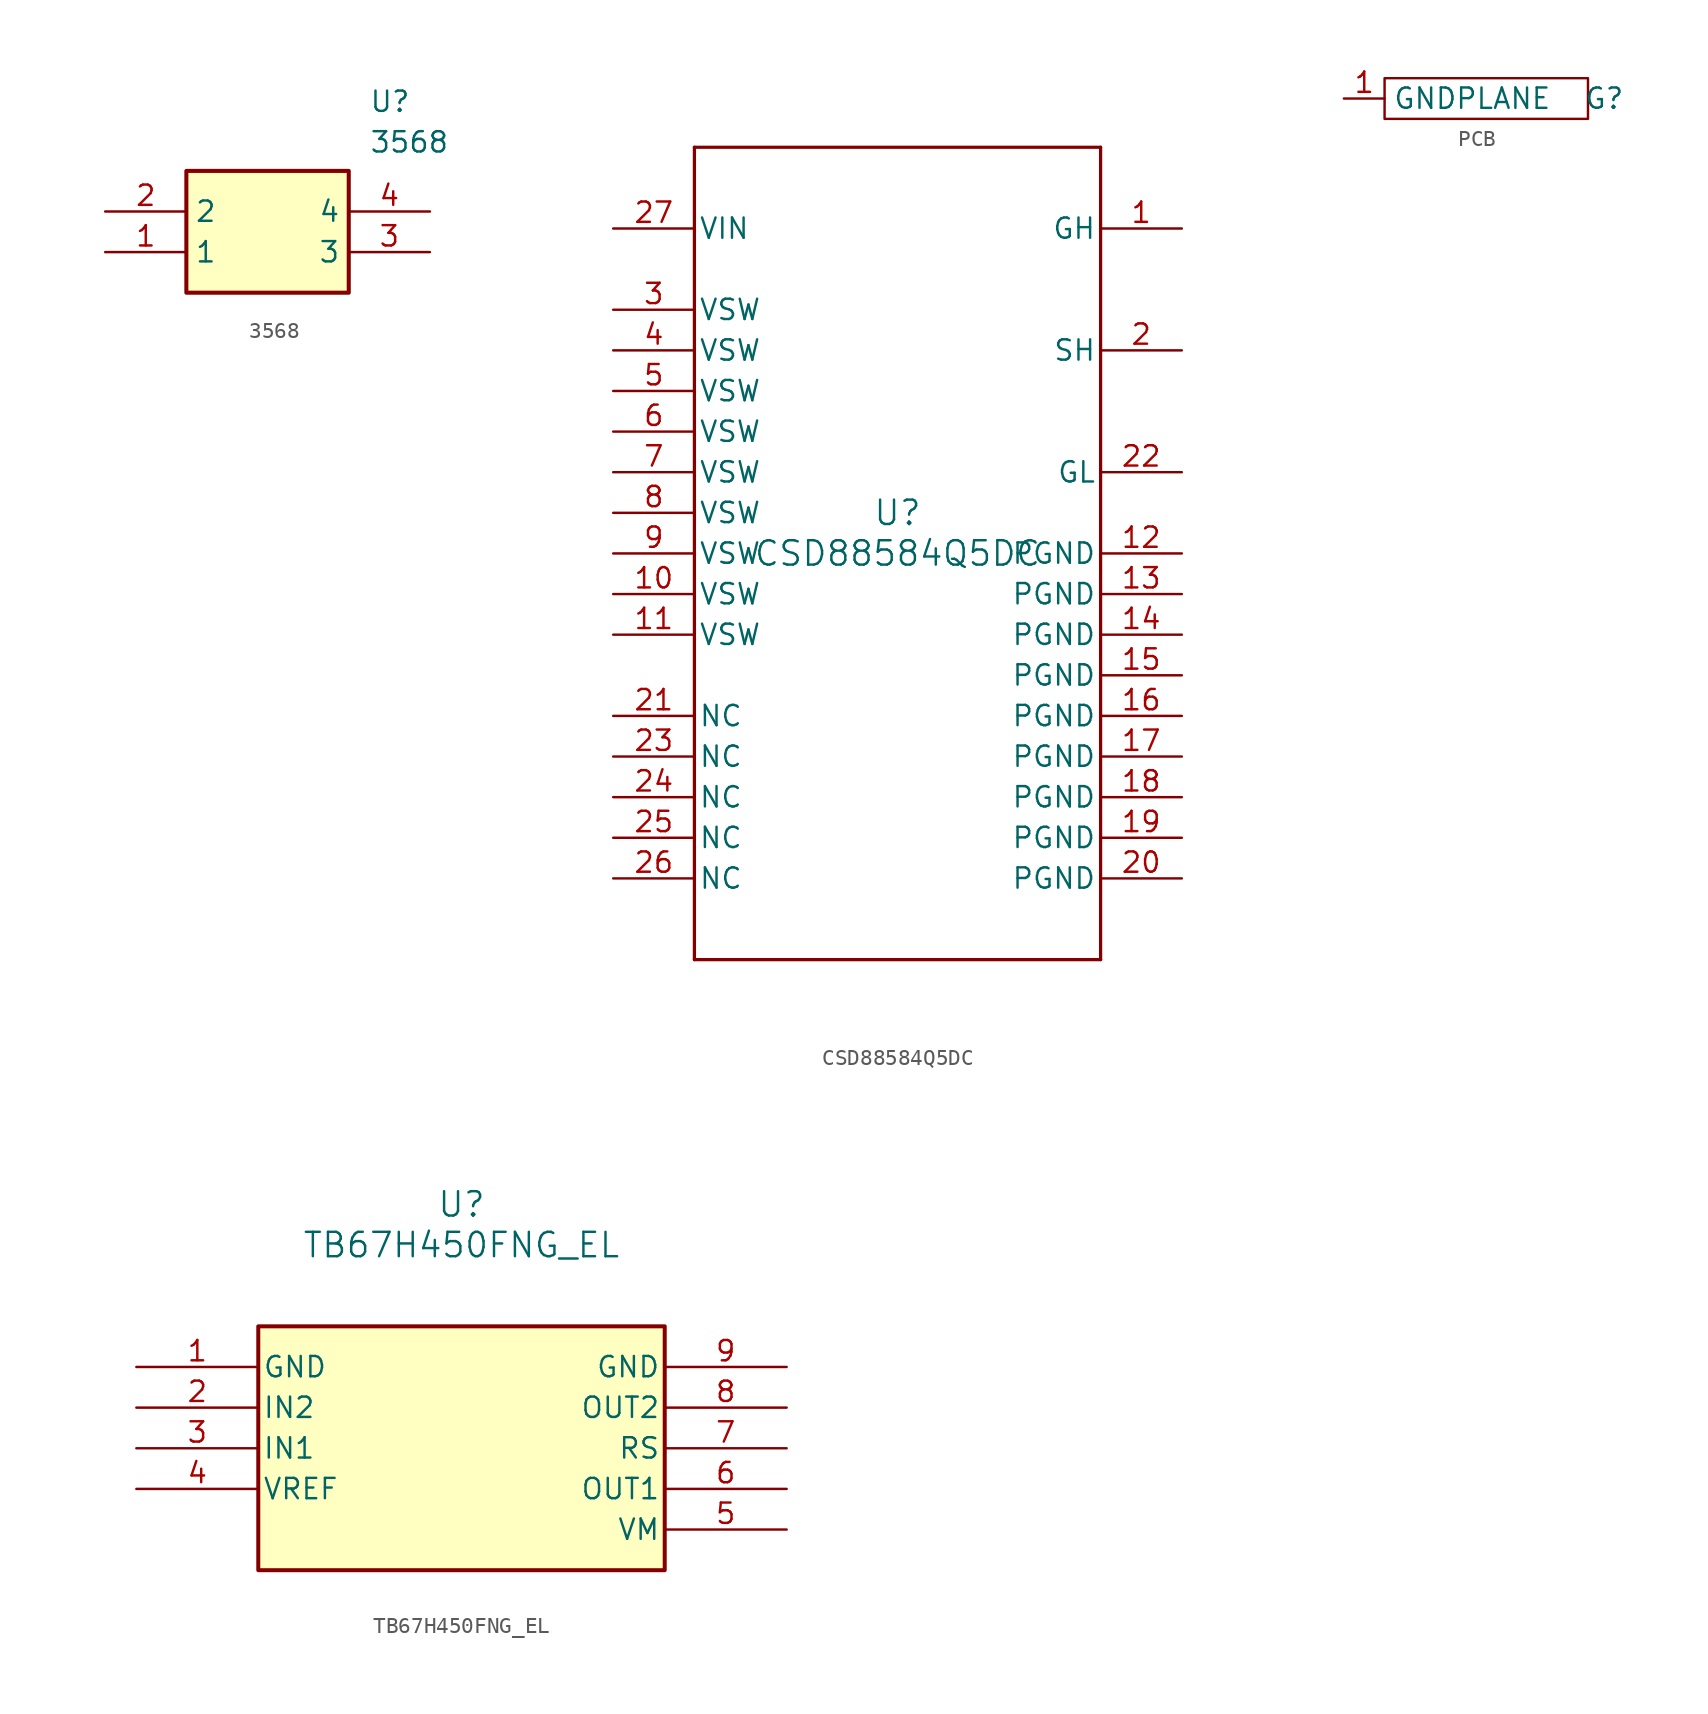
<source format=kicad_sym>
(kicad_symbol_lib
  (version 20231120)
  (generator "kicad_symbol_editor")
  (generator_version "8.0")
  (symbol "3568"
    (property "Reference" "U"
      (at 16.51 7.62 0)
      (effects (font (size 1.27 1.27)) (justify left top)))
    (property "Value" "3568"
      (at 16.51 5.08 0)
      (effects (font (size 1.27 1.27)) (justify left top)))
    (symbol "3568_1_1"
      (rectangle (start 5.08 2.54) (end 15.24 -5.08) (stroke (width 0.254) (type default)) (fill (type background)))
      (pin passive line (at 0 -2.54 0) (length 5.08) (name "1" (effects (font (size 1.27 1.27)))) (number "1" (effects (font (size 1.27 1.27)))))
      (pin passive line (at 0 0 0) (length 5.08) (name "2" (effects (font (size 1.27 1.27)))) (number "2" (effects (font (size 1.27 1.27)))))
      (pin passive line (at 20.32 -2.54 180) (length 5.08) (name "3" (effects (font (size 1.27 1.27)))) (number "3" (effects (font (size 1.27 1.27)))))
      (pin passive line (at 20.32 0 180) (length 5.08) (name "4" (effects (font (size 1.27 1.27)))) (number "4" (effects (font (size 1.27 1.27)))))))
  (symbol "CSD88584Q5DC"
    (pin_names
      (offset 0.254))
    (property "Reference" "U"
      (at 0 2.54 0)
      (effects (font (size 1.524 1.524))))
    (property "Value" "CSD88584Q5DC"
      (at 0 0 0)
      (effects (font (size 1.524 1.524))))
    (property "ki_locked" ""
      (at 0 0 0)
      (effects (font (size 1.27 1.27))))
    (symbol "CSD88584Q5DC_0_1"
      (polyline (pts (xy -12.7 -25.4) (xy 12.7 -25.4)) (stroke (width 0.203) (type default)) (fill (type none)))
      (polyline (pts (xy -12.7 25.4) (xy -12.7 -25.4)) (stroke (width 0.203) (type default)) (fill (type none)))
      (polyline (pts (xy 12.7 -25.4) (xy 12.7 25.4)) (stroke (width 0.203) (type default)) (fill (type none)))
      (polyline (pts (xy 12.7 25.4) (xy -12.7 25.4)) (stroke (width 0.203) (type default)) (fill (type none)))
      (pin unspecified line (at 17.78 20.32 180) (length 5.08) (name "GH" (effects (font (size 1.27 1.27)))) (number "1" (effects (font (size 1.27 1.27)))))
      (pin unspecified line (at -17.78 -2.54 0) (length 5.08) (name "VSW" (effects (font (size 1.27 1.27)))) (number "10" (effects (font (size 1.27 1.27)))))
      (pin unspecified line (at -17.78 -5.08 0) (length 5.08) (name "VSW" (effects (font (size 1.27 1.27)))) (number "11" (effects (font (size 1.27 1.27)))))
      (pin power_in line (at 17.78 0 180) (length 5.08) (name "PGND" (effects (font (size 1.27 1.27)))) (number "12" (effects (font (size 1.27 1.27)))))
      (pin power_in line (at 17.78 -2.54 180) (length 5.08) (name "PGND" (effects (font (size 1.27 1.27)))) (number "13" (effects (font (size 1.27 1.27)))))
      (pin power_in line (at 17.78 -5.08 180) (length 5.08) (name "PGND" (effects (font (size 1.27 1.27)))) (number "14" (effects (font (size 1.27 1.27)))))
      (pin power_in line (at 17.78 -7.62 180) (length 5.08) (name "PGND" (effects (font (size 1.27 1.27)))) (number "15" (effects (font (size 1.27 1.27)))))
      (pin power_in line (at 17.78 -10.16 180) (length 5.08) (name "PGND" (effects (font (size 1.27 1.27)))) (number "16" (effects (font (size 1.27 1.27)))))
      (pin power_in line (at 17.78 -12.7 180) (length 5.08) (name "PGND" (effects (font (size 1.27 1.27)))) (number "17" (effects (font (size 1.27 1.27)))))
      (pin power_in line (at 17.78 -15.24 180) (length 5.08) (name "PGND" (effects (font (size 1.27 1.27)))) (number "18" (effects (font (size 1.27 1.27)))))
      (pin power_in line (at 17.78 -17.78 180) (length 5.08) (name "PGND" (effects (font (size 1.27 1.27)))) (number "19" (effects (font (size 1.27 1.27)))))
      (pin unspecified line (at 17.78 12.7 180) (length 5.08) (name "SH" (effects (font (size 1.27 1.27)))) (number "2" (effects (font (size 1.27 1.27)))))
      (pin power_in line (at 17.78 -20.32 180) (length 5.08) (name "PGND" (effects (font (size 1.27 1.27)))) (number "20" (effects (font (size 1.27 1.27)))))
      (pin unspecified line (at -17.78 -10.16 0) (length 5.08) (name "NC" (effects (font (size 1.27 1.27)))) (number "21" (effects (font (size 1.27 1.27)))))
      (pin unspecified line (at 17.78 5.08 180) (length 5.08) (name "GL" (effects (font (size 1.27 1.27)))) (number "22" (effects (font (size 1.27 1.27)))))
      (pin unspecified line (at -17.78 -12.7 0) (length 5.08) (name "NC" (effects (font (size 1.27 1.27)))) (number "23" (effects (font (size 1.27 1.27)))))
      (pin unspecified line (at -17.78 -15.24 0) (length 5.08) (name "NC" (effects (font (size 1.27 1.27)))) (number "24" (effects (font (size 1.27 1.27)))))
      (pin unspecified line (at -17.78 -17.78 0) (length 5.08) (name "NC" (effects (font (size 1.27 1.27)))) (number "25" (effects (font (size 1.27 1.27)))))
      (pin unspecified line (at -17.78 -20.32 0) (length 5.08) (name "NC" (effects (font (size 1.27 1.27)))) (number "26" (effects (font (size 1.27 1.27)))))
      (pin power_in line (at -17.78 20.32 0) (length 5.08) (name "VIN" (effects (font (size 1.27 1.27)))) (number "27" (effects (font (size 1.27 1.27)))))
      (pin unspecified line (at -17.78 15.24 0) (length 5.08) (name "VSW" (effects (font (size 1.27 1.27)))) (number "3" (effects (font (size 1.27 1.27)))))
      (pin unspecified line (at -17.78 12.7 0) (length 5.08) (name "VSW" (effects (font (size 1.27 1.27)))) (number "4" (effects (font (size 1.27 1.27)))))
      (pin unspecified line (at -17.78 10.16 0) (length 5.08) (name "VSW" (effects (font (size 1.27 1.27)))) (number "5" (effects (font (size 1.27 1.27)))))
      (pin unspecified line (at -17.78 7.62 0) (length 5.08) (name "VSW" (effects (font (size 1.27 1.27)))) (number "6" (effects (font (size 1.27 1.27)))))
      (pin unspecified line (at -17.78 5.08 0) (length 5.08) (name "VSW" (effects (font (size 1.27 1.27)))) (number "7" (effects (font (size 1.27 1.27)))))
      (pin unspecified line (at -17.78 2.54 0) (length 5.08) (name "VSW" (effects (font (size 1.27 1.27)))) (number "8" (effects (font (size 1.27 1.27)))))
      (pin unspecified line (at -17.78 0 0) (length 5.08) (name "VSW" (effects (font (size 1.27 1.27)))) (number "9" (effects (font (size 1.27 1.27)))))))
  (symbol "PCB"
    (property "Reference" "G"
      (at 7.366 0 0)
      (effects (font (size 1.27 1.27))))
    (property "Value" ""
      (at 0 0 0)
      (effects (font (size 1.27 1.27))))
    (symbol "PCB_0_1"
      (rectangle (start -6.35 1.27) (end 6.35 -1.27) (stroke (width 0) (type default)) (fill (type none))))
    (symbol "PCB_1_1"
      (pin passive line (at -8.89 0 0) (length 2.54) (name "GNDPLANE" (effects (font (size 1.27 1.27)))) (number "1" (effects (font (size 1.27 1.27)))))))
  (symbol "TB67H450FNG_EL"
    (pin_names
      (offset 0.254))
    (property "Reference" "U"
      (at 20.32 10.16 0)
      (effects (font (size 1.524 1.524))))
    (property "Value" "TB67H450FNG_EL"
      (at 20.32 7.62 0)
      (effects (font (size 1.524 1.524))))
    (symbol "TB67H450FNG_EL_0_1"
      (pin input line (at 0 -2.54 0) (length 7.62) (name "IN2" (effects (font (size 1.27 1.27)))) (number "2" (effects (font (size 1.27 1.27)))))
      (pin input line (at 0 -5.08 0) (length 7.62) (name "IN1" (effects (font (size 1.27 1.27)))) (number "3" (effects (font (size 1.27 1.27)))))
      (pin power_in line (at 0 -7.62 0) (length 7.62) (name "VREF" (effects (font (size 1.27 1.27)))) (number "4" (effects (font (size 1.27 1.27)))))
      (pin output line (at 40.64 -7.62 180) (length 7.62) (name "OUT1" (effects (font (size 1.27 1.27)))) (number "6" (effects (font (size 1.27 1.27)))))
      (pin output line (at 40.64 -2.54 180) (length 7.62) (name "OUT2" (effects (font (size 1.27 1.27)))) (number "8" (effects (font (size 1.27 1.27))))))
    (symbol "TB67H450FNG_EL_1_1"
      (rectangle (start 7.62 2.54) (end 33.02 -12.7) (stroke (width 0.25) (type default)) (fill (type background)))
      (pin power_in line (at 0 0 0) (length 7.62) (name "GND" (effects (font (size 1.27 1.27)))) (number "1" (effects (font (size 1.27 1.27)))))
      (pin power_in line (at 40.64 -10.16 180) (length 7.62) (name "VM" (effects (font (size 1.27 1.27)))) (number "5" (effects (font (size 1.27 1.27)))))
      (pin input line (at 40.64 -5.08 180) (length 7.62) (name "RS" (effects (font (size 1.27 1.27)))) (number "7" (effects (font (size 1.27 1.27)))))
      (pin power_in line (at 40.64 0 180) (length 7.62) (name "GND" (effects (font (size 1.27 1.27)))) (number "9" (effects (font (size 1.27 1.27))))))))
</source>
